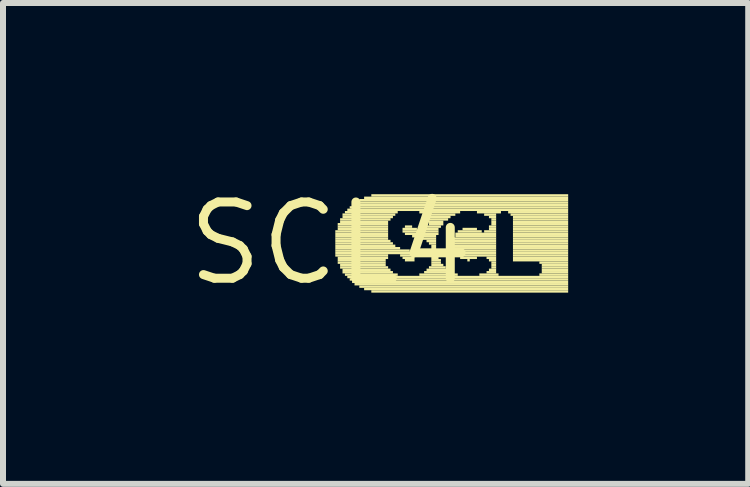
<source format=kicad_pcb>
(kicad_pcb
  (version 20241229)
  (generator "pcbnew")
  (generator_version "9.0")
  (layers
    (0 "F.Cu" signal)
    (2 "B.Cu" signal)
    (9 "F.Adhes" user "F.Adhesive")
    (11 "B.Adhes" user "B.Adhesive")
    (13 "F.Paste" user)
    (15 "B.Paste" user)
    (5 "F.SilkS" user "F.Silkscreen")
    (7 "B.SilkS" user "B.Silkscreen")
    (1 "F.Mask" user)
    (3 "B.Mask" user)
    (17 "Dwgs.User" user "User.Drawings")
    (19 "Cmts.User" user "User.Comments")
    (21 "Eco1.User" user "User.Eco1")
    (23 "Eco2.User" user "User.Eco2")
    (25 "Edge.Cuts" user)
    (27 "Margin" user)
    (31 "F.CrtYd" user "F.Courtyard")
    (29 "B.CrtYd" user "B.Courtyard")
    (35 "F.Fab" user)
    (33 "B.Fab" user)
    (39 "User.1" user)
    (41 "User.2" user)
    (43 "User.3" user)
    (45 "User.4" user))
  (footprint "SCL4"
    (layer "F.Cu")
    (at 2.457 1.006)
    (property "Reference" "SCL4" (at 0 0 0) (layer "F.SilkS") (effects (font (size 1.27 1.27) (thickness 0.15))))
    (fp_poly (pts (xy 0.08 -0.18) (xy 0.96 -0.18) (xy 0.96 -0.22) (xy 0.08 -0.22)) (stroke (width 0) (type default)) (fill yes) (layer "F.SilkS"))
    (fp_poly (pts (xy 0.08 -0.14) (xy 0.96 -0.14) (xy 0.96 -0.18) (xy 0.08 -0.18)) (stroke (width 0) (type default)) (fill yes) (layer "F.SilkS"))
    (fp_poly (pts (xy 0.08 -0.1) (xy 0.96 -0.1) (xy 0.96 -0.14) (xy 0.08 -0.14)) (stroke (width 0) (type default)) (fill yes) (layer "F.SilkS"))
    (fp_poly (pts (xy 0.08 -0.06) (xy 0.96 -0.06) (xy 0.96 -0.1) (xy 0.08 -0.1)) (stroke (width 0) (type default)) (fill yes) (layer "F.SilkS"))
    (fp_poly (pts (xy 0.08 -0.02) (xy 1 -0.02) (xy 1 -0.06) (xy 0.08 -0.06)) (stroke (width 0) (type default)) (fill yes) (layer "F.SilkS"))
    (fp_poly (pts (xy 0.08 0.02) (xy 1.04 0.02) (xy 1.04 -0.02) (xy 0.08 -0.02)) (stroke (width 0) (type default)) (fill yes) (layer "F.SilkS"))
    (fp_poly (pts (xy 0.08 0.06) (xy 1.08 0.06) (xy 1.08 0.02) (xy 0.08 0.02)) (stroke (width 0) (type default)) (fill yes) (layer "F.SilkS"))
    (fp_poly (pts (xy 0.08 0.1) (xy 1.16 0.1) (xy 1.16 0.06) (xy 0.08 0.06)) (stroke (width 0) (type default)) (fill yes) (layer "F.SilkS"))
    (fp_poly (pts (xy 0.08 0.14) (xy 1.32 0.14) (xy 1.32 0.1) (xy 0.08 0.1)) (stroke (width 0) (type default)) (fill yes) (layer "F.SilkS"))
    (fp_poly (pts (xy 0.08 0.18) (xy 1.4 0.18) (xy 1.4 0.14) (xy 0.08 0.14)) (stroke (width 0) (type default)) (fill yes) (layer "F.SilkS"))
    (fp_poly (pts (xy 0.08 0.22) (xy 0.96 0.22) (xy 0.96 0.18) (xy 0.08 0.18)) (stroke (width 0) (type default)) (fill yes) (layer "F.SilkS"))
    (fp_poly (pts (xy 0.12 -0.3) (xy 0.96 -0.3) (xy 0.96 -0.34) (xy 0.12 -0.34)) (stroke (width 0) (type default)) (fill yes) (layer "F.SilkS"))
    (fp_poly (pts (xy 0.12 -0.26) (xy 0.96 -0.26) (xy 0.96 -0.3) (xy 0.12 -0.3)) (stroke (width 0) (type default)) (fill yes) (layer "F.SilkS"))
    (fp_poly (pts (xy 0.12 -0.22) (xy 0.96 -0.22) (xy 0.96 -0.26) (xy 0.12 -0.26)) (stroke (width 0) (type default)) (fill yes) (layer "F.SilkS"))
    (fp_poly (pts (xy 0.12 0.26) (xy 0.96 0.26) (xy 0.96 0.22) (xy 0.12 0.22)) (stroke (width 0) (type default)) (fill yes) (layer "F.SilkS"))
    (fp_poly (pts (xy 0.12 0.3) (xy 0.92 0.3) (xy 0.92 0.26) (xy 0.12 0.26)) (stroke (width 0) (type default)) (fill yes) (layer "F.SilkS"))
    (fp_poly (pts (xy 0.12 0.34) (xy 0.92 0.34) (xy 0.92 0.3) (xy 0.12 0.3)) (stroke (width 0) (type default)) (fill yes) (layer "F.SilkS"))
    (fp_poly (pts (xy 0.16 -0.38) (xy 1 -0.38) (xy 1 -0.42) (xy 0.16 -0.42)) (stroke (width 0) (type default)) (fill yes) (layer "F.SilkS"))
    (fp_poly (pts (xy 0.16 -0.34) (xy 0.96 -0.34) (xy 0.96 -0.38) (xy 0.16 -0.38)) (stroke (width 0) (type default)) (fill yes) (layer "F.SilkS"))
    (fp_poly (pts (xy 0.16 0.38) (xy 0.92 0.38) (xy 0.92 0.34) (xy 0.16 0.34)) (stroke (width 0) (type default)) (fill yes) (layer "F.SilkS"))
    (fp_poly (pts (xy 0.16 0.42) (xy 0.96 0.42) (xy 0.96 0.38) (xy 0.16 0.38)) (stroke (width 0) (type default)) (fill yes) (layer "F.SilkS"))
    (fp_poly (pts (xy 0.2 -0.46) (xy 1.08 -0.46) (xy 1.08 -0.5) (xy 0.2 -0.5)) (stroke (width 0) (type default)) (fill yes) (layer "F.SilkS"))
    (fp_poly (pts (xy 0.2 -0.42) (xy 1.04 -0.42) (xy 1.04 -0.46) (xy 0.2 -0.46)) (stroke (width 0) (type default)) (fill yes) (layer "F.SilkS"))
    (fp_poly (pts (xy 0.2 0.46) (xy 1 0.46) (xy 1 0.42) (xy 0.2 0.42)) (stroke (width 0) (type default)) (fill yes) (layer "F.SilkS"))
    (fp_poly (pts (xy 0.2 0.5) (xy 1.04 0.5) (xy 1.04 0.46) (xy 0.2 0.46)) (stroke (width 0) (type default)) (fill yes) (layer "F.SilkS"))
    (fp_poly (pts (xy 0.24 -0.5) (xy 1.12 -0.5) (xy 1.12 -0.54) (xy 0.24 -0.54)) (stroke (width 0) (type default)) (fill yes) (layer "F.SilkS"))
    (fp_poly (pts (xy 0.24 0.54) (xy 1.12 0.54) (xy 1.12 0.5) (xy 0.24 0.5)) (stroke (width 0) (type default)) (fill yes) (layer "F.SilkS"))
    (fp_poly (pts (xy 0.28 -0.54) (xy 3.96 -0.54) (xy 3.96 -0.58) (xy 0.28 -0.58)) (stroke (width 0) (type default)) (fill yes) (layer "F.SilkS"))
    (fp_poly (pts (xy 0.28 0.58) (xy 3.96 0.58) (xy 3.96 0.54) (xy 0.28 0.54)) (stroke (width 0) (type default)) (fill yes) (layer "F.SilkS"))
    (fp_poly (pts (xy 0.32 -0.58) (xy 3.96 -0.58) (xy 3.96 -0.62) (xy 0.32 -0.62)) (stroke (width 0) (type default)) (fill yes) (layer "F.SilkS"))
    (fp_poly (pts (xy 0.32 0.62) (xy 3.96 0.62) (xy 3.96 0.58) (xy 0.32 0.58)) (stroke (width 0) (type default)) (fill yes) (layer "F.SilkS"))
    (fp_poly (pts (xy 0.36 -0.62) (xy 3.96 -0.62) (xy 3.96 -0.66) (xy 0.36 -0.66)) (stroke (width 0) (type default)) (fill yes) (layer "F.SilkS"))
    (fp_poly (pts (xy 0.36 0.66) (xy 3.96 0.66) (xy 3.96 0.62) (xy 0.36 0.62)) (stroke (width 0) (type default)) (fill yes) (layer "F.SilkS"))
    (fp_poly (pts (xy 0.4 -0.66) (xy 3.96 -0.66) (xy 3.96 -0.7) (xy 0.4 -0.7)) (stroke (width 0) (type default)) (fill yes) (layer "F.SilkS"))
    (fp_poly (pts (xy 0.4 0.7) (xy 3.96 0.7) (xy 3.96 0.66) (xy 0.4 0.66)) (stroke (width 0) (type default)) (fill yes) (layer "F.SilkS"))
    (fp_poly (pts (xy 0.48 -0.7) (xy 3.96 -0.7) (xy 3.96 -0.74) (xy 0.48 -0.74)) (stroke (width 0) (type default)) (fill yes) (layer "F.SilkS"))
    (fp_poly (pts (xy 0.48 0.74) (xy 3.96 0.74) (xy 3.96 0.7) (xy 0.48 0.7)) (stroke (width 0) (type default)) (fill yes) (layer "F.SilkS"))
    (fp_poly (pts (xy 0.56 -0.74) (xy 3.96 -0.74) (xy 3.96 -0.78) (xy 0.56 -0.78)) (stroke (width 0) (type default)) (fill yes) (layer "F.SilkS"))
    (fp_poly (pts (xy 0.56 0.78) (xy 3.96 0.78) (xy 3.96 0.74) (xy 0.56 0.74)) (stroke (width 0) (type default)) (fill yes) (layer "F.SilkS"))
    (fp_poly (pts (xy 0.68 -0.78) (xy 3.96 -0.78) (xy 3.96 -0.82) (xy 0.68 -0.82)) (stroke (width 0) (type default)) (fill yes) (layer "F.SilkS"))
    (fp_poly (pts (xy 0.68 0.82) (xy 3.96 0.82) (xy 3.96 0.78) (xy 0.68 0.78)) (stroke (width 0) (type default)) (fill yes) (layer "F.SilkS"))
    (fp_poly (pts (xy 1.16 0.22) (xy 1.44 0.22) (xy 1.44 0.18) (xy 1.16 0.18)) (stroke (width 0) (type default)) (fill yes) (layer "F.SilkS"))
    (fp_poly (pts (xy 1.2 -0.22) (xy 1.44 -0.22) (xy 1.44 -0.26) (xy 1.2 -0.26)) (stroke (width 0) (type default)) (fill yes) (layer "F.SilkS"))
    (fp_poly (pts (xy 1.2 -0.18) (xy 1.8 -0.18) (xy 1.8 -0.22) (xy 1.2 -0.22)) (stroke (width 0) (type default)) (fill yes) (layer "F.SilkS"))
    (fp_poly (pts (xy 1.2 0.26) (xy 1.4 0.26) (xy 1.4 0.22) (xy 1.2 0.22)) (stroke (width 0) (type default)) (fill yes) (layer "F.SilkS"))
    (fp_poly (pts (xy 1.24 -0.26) (xy 1.36 -0.26) (xy 1.36 -0.3) (xy 1.24 -0.3)) (stroke (width 0) (type default)) (fill yes) (layer "F.SilkS"))
    (fp_poly (pts (xy 1.24 -0.14) (xy 1.8 -0.14) (xy 1.8 -0.18) (xy 1.24 -0.18)) (stroke (width 0) (type default)) (fill yes) (layer "F.SilkS"))
    (fp_poly (pts (xy 1.24 0.3) (xy 1.4 0.3) (xy 1.4 0.26) (xy 1.24 0.26)) (stroke (width 0) (type default)) (fill yes) (layer "F.SilkS"))
    (fp_poly (pts (xy 1.36 -0.1) (xy 1.76 -0.1) (xy 1.76 -0.14) (xy 1.36 -0.14)) (stroke (width 0) (type default)) (fill yes) (layer "F.SilkS"))
    (fp_poly (pts (xy 1.48 -0.5) (xy 2.16 -0.5) (xy 2.16 -0.54) (xy 1.48 -0.54)) (stroke (width 0) (type default)) (fill yes) (layer "F.SilkS"))
    (fp_poly (pts (xy 1.48 0.54) (xy 2.12 0.54) (xy 2.12 0.5) (xy 1.48 0.5)) (stroke (width 0) (type default)) (fill yes) (layer "F.SilkS"))
    (fp_poly (pts (xy 1.52 -0.06) (xy 1.76 -0.06) (xy 1.76 -0.1) (xy 1.52 -0.1)) (stroke (width 0) (type default)) (fill yes) (layer "F.SilkS"))
    (fp_poly (pts (xy 1.56 -0.46) (xy 2.08 -0.46) (xy 2.08 -0.5) (xy 1.56 -0.5)) (stroke (width 0) (type default)) (fill yes) (layer "F.SilkS"))
    (fp_poly (pts (xy 1.56 -0.22) (xy 1.8 -0.22) (xy 1.8 -0.26) (xy 1.56 -0.26)) (stroke (width 0) (type default)) (fill yes) (layer "F.SilkS"))
    (fp_poly (pts (xy 1.56 0.5) (xy 2.04 0.5) (xy 2.04 0.46) (xy 1.56 0.46)) (stroke (width 0) (type default)) (fill yes) (layer "F.SilkS"))
    (fp_poly (pts (xy 1.6 -0.42) (xy 2 -0.42) (xy 2 -0.46) (xy 1.6 -0.46)) (stroke (width 0) (type default)) (fill yes) (layer "F.SilkS"))
    (fp_poly (pts (xy 1.6 -0.26) (xy 1.84 -0.26) (xy 1.84 -0.3) (xy 1.6 -0.3)) (stroke (width 0) (type default)) (fill yes) (layer "F.SilkS"))
    (fp_poly (pts (xy 1.6 -0.02) (xy 1.76 -0.02) (xy 1.76 -0.06) (xy 1.6 -0.06)) (stroke (width 0) (type default)) (fill yes) (layer "F.SilkS"))
    (fp_poly (pts (xy 1.6 0.46) (xy 2 0.46) (xy 2 0.42) (xy 1.6 0.42)) (stroke (width 0) (type default)) (fill yes) (layer "F.SilkS"))
    (fp_poly (pts (xy 1.64 -0.38) (xy 1.96 -0.38) (xy 1.96 -0.42) (xy 1.64 -0.42)) (stroke (width 0) (type default)) (fill yes) (layer "F.SilkS"))
    (fp_poly (pts (xy 1.64 -0.34) (xy 1.88 -0.34) (xy 1.88 -0.38) (xy 1.64 -0.38)) (stroke (width 0) (type default)) (fill yes) (layer "F.SilkS"))
    (fp_poly (pts (xy 1.64 -0.3) (xy 1.88 -0.3) (xy 1.88 -0.34) (xy 1.64 -0.34)) (stroke (width 0) (type default)) (fill yes) (layer "F.SilkS"))
    (fp_poly (pts (xy 1.64 0.02) (xy 1.76 0.02) (xy 1.76 -0.02) (xy 1.64 -0.02)) (stroke (width 0) (type default)) (fill yes) (layer "F.SilkS"))
    (fp_poly (pts (xy 1.64 0.42) (xy 1.92 0.42) (xy 1.92 0.38) (xy 1.64 0.38)) (stroke (width 0) (type default)) (fill yes) (layer "F.SilkS"))
    (fp_poly (pts (xy 1.68 0.06) (xy 1.76 0.06) (xy 1.76 0.02) (xy 1.68 0.02)) (stroke (width 0) (type default)) (fill yes) (layer "F.SilkS"))
    (fp_poly (pts (xy 1.68 0.1) (xy 1.76 0.1) (xy 1.76 0.06) (xy 1.68 0.06)) (stroke (width 0) (type default)) (fill yes) (layer "F.SilkS"))
    (fp_poly (pts (xy 1.68 0.14) (xy 1.76 0.14) (xy 1.76 0.1) (xy 1.68 0.1)) (stroke (width 0) (type default)) (fill yes) (layer "F.SilkS"))
    (fp_poly (pts (xy 1.68 0.18) (xy 1.8 0.18) (xy 1.8 0.14) (xy 1.68 0.14)) (stroke (width 0) (type default)) (fill yes) (layer "F.SilkS"))
    (fp_poly (pts (xy 1.68 0.22) (xy 1.8 0.22) (xy 1.8 0.18) (xy 1.68 0.18)) (stroke (width 0) (type default)) (fill yes) (layer "F.SilkS"))
    (fp_poly (pts (xy 1.68 0.26) (xy 1.8 0.26) (xy 1.8 0.22) (xy 1.68 0.22)) (stroke (width 0) (type default)) (fill yes) (layer "F.SilkS"))
    (fp_poly (pts (xy 1.68 0.3) (xy 1.84 0.3) (xy 1.84 0.26) (xy 1.68 0.26)) (stroke (width 0) (type default)) (fill yes) (layer "F.SilkS"))
    (fp_poly (pts (xy 1.68 0.34) (xy 1.84 0.34) (xy 1.84 0.3) (xy 1.68 0.3)) (stroke (width 0) (type default)) (fill yes) (layer "F.SilkS"))
    (fp_poly (pts (xy 1.68 0.38) (xy 1.88 0.38) (xy 1.88 0.34) (xy 1.68 0.34)) (stroke (width 0) (type default)) (fill yes) (layer "F.SilkS"))
    (fp_poly (pts (xy 2.04 -0.06) (xy 2.76 -0.06) (xy 2.76 -0.1) (xy 2.04 -0.1)) (stroke (width 0) (type default)) (fill yes) (layer "F.SilkS"))
    (fp_poly (pts (xy 2.04 -0.02) (xy 2.76 -0.02) (xy 2.76 -0.06) (xy 2.04 -0.06)) (stroke (width 0) (type default)) (fill yes) (layer "F.SilkS"))
    (fp_poly (pts (xy 2.04 0.02) (xy 2.76 0.02) (xy 2.76 -0.02) (xy 2.04 -0.02)) (stroke (width 0) (type default)) (fill yes) (layer "F.SilkS"))
    (fp_poly (pts (xy 2.04 0.06) (xy 2.76 0.06) (xy 2.76 0.02) (xy 2.04 0.02)) (stroke (width 0) (type default)) (fill yes) (layer "F.SilkS"))
    (fp_poly (pts (xy 2.04 0.1) (xy 2.76 0.1) (xy 2.76 0.06) (xy 2.04 0.06)) (stroke (width 0) (type default)) (fill yes) (layer "F.SilkS"))
    (fp_poly (pts (xy 2.04 0.14) (xy 2.76 0.14) (xy 2.76 0.1) (xy 2.04 0.1)) (stroke (width 0) (type default)) (fill yes) (layer "F.SilkS"))
    (fp_poly (pts (xy 2.08 -0.14) (xy 2.76 -0.14) (xy 2.76 -0.18) (xy 2.08 -0.18)) (stroke (width 0) (type default)) (fill yes) (layer "F.SilkS"))
    (fp_poly (pts (xy 2.08 -0.1) (xy 2.76 -0.1) (xy 2.76 -0.14) (xy 2.08 -0.14)) (stroke (width 0) (type default)) (fill yes) (layer "F.SilkS"))
    (fp_poly (pts (xy 2.08 0.18) (xy 2.76 0.18) (xy 2.76 0.14) (xy 2.08 0.14)) (stroke (width 0) (type default)) (fill yes) (layer "F.SilkS"))
    (fp_poly (pts (xy 2.12 -0.18) (xy 2.52 -0.18) (xy 2.52 -0.22) (xy 2.12 -0.22)) (stroke (width 0) (type default)) (fill yes) (layer "F.SilkS"))
    (fp_poly (pts (xy 2.12 0.22) (xy 2.76 0.22) (xy 2.76 0.18) (xy 2.12 0.18)) (stroke (width 0) (type default)) (fill yes) (layer "F.SilkS"))
    (fp_poly (pts (xy 2.16 0.26) (xy 2.44 0.26) (xy 2.44 0.22) (xy 2.16 0.22)) (stroke (width 0) (type default)) (fill yes) (layer "F.SilkS"))
    (fp_poly (pts (xy 2.2 -0.22) (xy 2.44 -0.22) (xy 2.44 -0.26) (xy 2.2 -0.26)) (stroke (width 0) (type default)) (fill yes) (layer "F.SilkS"))
    (fp_poly (pts (xy 2.28 0.3) (xy 2.32 0.3) (xy 2.32 0.26) (xy 2.28 0.26)) (stroke (width 0) (type default)) (fill yes) (layer "F.SilkS"))
    (fp_poly (pts (xy 2.44 -0.5) (xy 2.84 -0.5) (xy 2.84 -0.54) (xy 2.44 -0.54)) (stroke (width 0) (type default)) (fill yes) (layer "F.SilkS"))
    (fp_poly (pts (xy 2.48 0.54) (xy 2.8 0.54) (xy 2.8 0.5) (xy 2.48 0.5)) (stroke (width 0) (type default)) (fill yes) (layer "F.SilkS"))
    (fp_poly (pts (xy 2.56 -0.46) (xy 2.76 -0.46) (xy 2.76 -0.5) (xy 2.56 -0.5)) (stroke (width 0) (type default)) (fill yes) (layer "F.SilkS"))
    (fp_poly (pts (xy 2.56 -0.18) (xy 2.76 -0.18) (xy 2.76 -0.22) (xy 2.56 -0.22)) (stroke (width 0) (type default)) (fill yes) (layer "F.SilkS"))
    (fp_poly (pts (xy 2.6 0.26) (xy 2.76 0.26) (xy 2.76 0.22) (xy 2.6 0.22)) (stroke (width 0) (type default)) (fill yes) (layer "F.SilkS"))
    (fp_poly (pts (xy 2.6 0.5) (xy 2.76 0.5) (xy 2.76 0.46) (xy 2.6 0.46)) (stroke (width 0) (type default)) (fill yes) (layer "F.SilkS"))
    (fp_poly (pts (xy 2.64 -0.42) (xy 2.76 -0.42) (xy 2.76 -0.46) (xy 2.64 -0.46)) (stroke (width 0) (type default)) (fill yes) (layer "F.SilkS"))
    (fp_poly (pts (xy 2.64 -0.26) (xy 2.76 -0.26) (xy 2.76 -0.3) (xy 2.64 -0.3)) (stroke (width 0) (type default)) (fill yes) (layer "F.SilkS"))
    (fp_poly (pts (xy 2.64 -0.22) (xy 2.76 -0.22) (xy 2.76 -0.26) (xy 2.64 -0.26)) (stroke (width 0) (type default)) (fill yes) (layer "F.SilkS"))
    (fp_poly (pts (xy 2.64 0.3) (xy 2.76 0.3) (xy 2.76 0.26) (xy 2.64 0.26)) (stroke (width 0) (type default)) (fill yes) (layer "F.SilkS"))
    (fp_poly (pts (xy 2.64 0.46) (xy 2.76 0.46) (xy 2.76 0.42) (xy 2.64 0.42)) (stroke (width 0) (type default)) (fill yes) (layer "F.SilkS"))
    (fp_poly (pts (xy 2.68 -0.38) (xy 2.76 -0.38) (xy 2.76 -0.42) (xy 2.68 -0.42)) (stroke (width 0) (type default)) (fill yes) (layer "F.SilkS"))
    (fp_poly (pts (xy 2.68 -0.34) (xy 2.76 -0.34) (xy 2.76 -0.38) (xy 2.68 -0.38)) (stroke (width 0) (type default)) (fill yes) (layer "F.SilkS"))
    (fp_poly (pts (xy 2.68 -0.3) (xy 2.76 -0.3) (xy 2.76 -0.34) (xy 2.68 -0.34)) (stroke (width 0) (type default)) (fill yes) (layer "F.SilkS"))
    (fp_poly (pts (xy 2.68 0.34) (xy 2.76 0.34) (xy 2.76 0.3) (xy 2.68 0.3)) (stroke (width 0) (type default)) (fill yes) (layer "F.SilkS"))
    (fp_poly (pts (xy 2.68 0.38) (xy 2.76 0.38) (xy 2.76 0.34) (xy 2.68 0.34)) (stroke (width 0) (type default)) (fill yes) (layer "F.SilkS"))
    (fp_poly (pts (xy 2.68 0.42) (xy 2.76 0.42) (xy 2.76 0.38) (xy 2.68 0.38)) (stroke (width 0) (type default)) (fill yes) (layer "F.SilkS"))
    (fp_poly (pts (xy 2.96 -0.5) (xy 3.96 -0.5) (xy 3.96 -0.54) (xy 2.96 -0.54)) (stroke (width 0) (type default)) (fill yes) (layer "F.SilkS"))
    (fp_poly (pts (xy 3 -0.46) (xy 3.96 -0.46) (xy 3.96 -0.5) (xy 3 -0.5)) (stroke (width 0) (type default)) (fill yes) (layer "F.SilkS"))
    (fp_poly (pts (xy 3.04 -0.42) (xy 3.96 -0.42) (xy 3.96 -0.46) (xy 3.04 -0.46)) (stroke (width 0) (type default)) (fill yes) (layer "F.SilkS"))
    (fp_poly (pts (xy 3.04 -0.38) (xy 3.96 -0.38) (xy 3.96 -0.42) (xy 3.04 -0.42)) (stroke (width 0) (type default)) (fill yes) (layer "F.SilkS"))
    (fp_poly (pts (xy 3.04 -0.34) (xy 3.96 -0.34) (xy 3.96 -0.38) (xy 3.04 -0.38)) (stroke (width 0) (type default)) (fill yes) (layer "F.SilkS"))
    (fp_poly (pts (xy 3.04 -0.3) (xy 3.96 -0.3) (xy 3.96 -0.34) (xy 3.04 -0.34)) (stroke (width 0) (type default)) (fill yes) (layer "F.SilkS"))
    (fp_poly (pts (xy 3.04 -0.26) (xy 3.96 -0.26) (xy 3.96 -0.3) (xy 3.04 -0.3)) (stroke (width 0) (type default)) (fill yes) (layer "F.SilkS"))
    (fp_poly (pts (xy 3.04 -0.22) (xy 3.96 -0.22) (xy 3.96 -0.26) (xy 3.04 -0.26)) (stroke (width 0) (type default)) (fill yes) (layer "F.SilkS"))
    (fp_poly (pts (xy 3.04 -0.18) (xy 3.96 -0.18) (xy 3.96 -0.22) (xy 3.04 -0.22)) (stroke (width 0) (type default)) (fill yes) (layer "F.SilkS"))
    (fp_poly (pts (xy 3.04 -0.14) (xy 3.96 -0.14) (xy 3.96 -0.18) (xy 3.04 -0.18)) (stroke (width 0) (type default)) (fill yes) (layer "F.SilkS"))
    (fp_poly (pts (xy 3.04 -0.1) (xy 3.96 -0.1) (xy 3.96 -0.14) (xy 3.04 -0.14)) (stroke (width 0) (type default)) (fill yes) (layer "F.SilkS"))
    (fp_poly (pts (xy 3.04 -0.06) (xy 3.96 -0.06) (xy 3.96 -0.1) (xy 3.04 -0.1)) (stroke (width 0) (type default)) (fill yes) (layer "F.SilkS"))
    (fp_poly (pts (xy 3.04 -0.02) (xy 3.96 -0.02) (xy 3.96 -0.06) (xy 3.04 -0.06)) (stroke (width 0) (type default)) (fill yes) (layer "F.SilkS"))
    (fp_poly (pts (xy 3.04 0.02) (xy 3.96 0.02) (xy 3.96 -0.02) (xy 3.04 -0.02)) (stroke (width 0) (type default)) (fill yes) (layer "F.SilkS"))
    (fp_poly (pts (xy 3.04 0.06) (xy 3.96 0.06) (xy 3.96 0.02) (xy 3.04 0.02)) (stroke (width 0) (type default)) (fill yes) (layer "F.SilkS"))
    (fp_poly (pts (xy 3.04 0.1) (xy 3.96 0.1) (xy 3.96 0.06) (xy 3.04 0.06)) (stroke (width 0) (type default)) (fill yes) (layer "F.SilkS"))
    (fp_poly (pts (xy 3.04 0.14) (xy 3.96 0.14) (xy 3.96 0.1) (xy 3.04 0.1)) (stroke (width 0) (type default)) (fill yes) (layer "F.SilkS"))
    (fp_poly (pts (xy 3.04 0.18) (xy 3.96 0.18) (xy 3.96 0.14) (xy 3.04 0.14)) (stroke (width 0) (type default)) (fill yes) (layer "F.SilkS"))
    (fp_poly (pts (xy 3.04 0.22) (xy 3.96 0.22) (xy 3.96 0.18) (xy 3.04 0.18)) (stroke (width 0) (type default)) (fill yes) (layer "F.SilkS"))
    (fp_poly (pts (xy 3.04 0.26) (xy 3.96 0.26) (xy 3.96 0.22) (xy 3.04 0.22)) (stroke (width 0) (type default)) (fill yes) (layer "F.SilkS"))
    (fp_poly (pts (xy 3.04 0.3) (xy 3.96 0.3) (xy 3.96 0.26) (xy 3.04 0.26)) (stroke (width 0) (type default)) (fill yes) (layer "F.SilkS"))
    (fp_poly (pts (xy 3.48 0.34) (xy 3.96 0.34) (xy 3.96 0.3) (xy 3.48 0.3)) (stroke (width 0) (type default)) (fill yes) (layer "F.SilkS"))
    (fp_poly (pts (xy 3.48 0.54) (xy 3.96 0.54) (xy 3.96 0.5) (xy 3.48 0.5)) (stroke (width 0) (type default)) (fill yes) (layer "F.SilkS"))
    (fp_poly (pts (xy 3.52 0.38) (xy 3.96 0.38) (xy 3.96 0.34) (xy 3.52 0.34)) (stroke (width 0) (type default)) (fill yes) (layer "F.SilkS"))
    (fp_poly (pts (xy 3.52 0.42) (xy 3.96 0.42) (xy 3.96 0.38) (xy 3.52 0.38)) (stroke (width 0) (type default)) (fill yes) (layer "F.SilkS"))
    (fp_poly (pts (xy 3.52 0.46) (xy 3.96 0.46) (xy 3.96 0.42) (xy 3.52 0.42)) (stroke (width 0) (type default)) (fill yes) (layer "F.SilkS"))
    (fp_poly (pts (xy 3.52 0.5) (xy 3.96 0.5) (xy 3.96 0.46) (xy 3.52 0.46)) (stroke (width 0) (type default)) (fill yes) (layer "F.SilkS")))
  (gr_rect
    (start -3 -3)
    (end 9.417 5.012)
    (stroke (width 0.1) (type default))
    (fill no)
    (layer "Edge.Cuts")))
</source>
